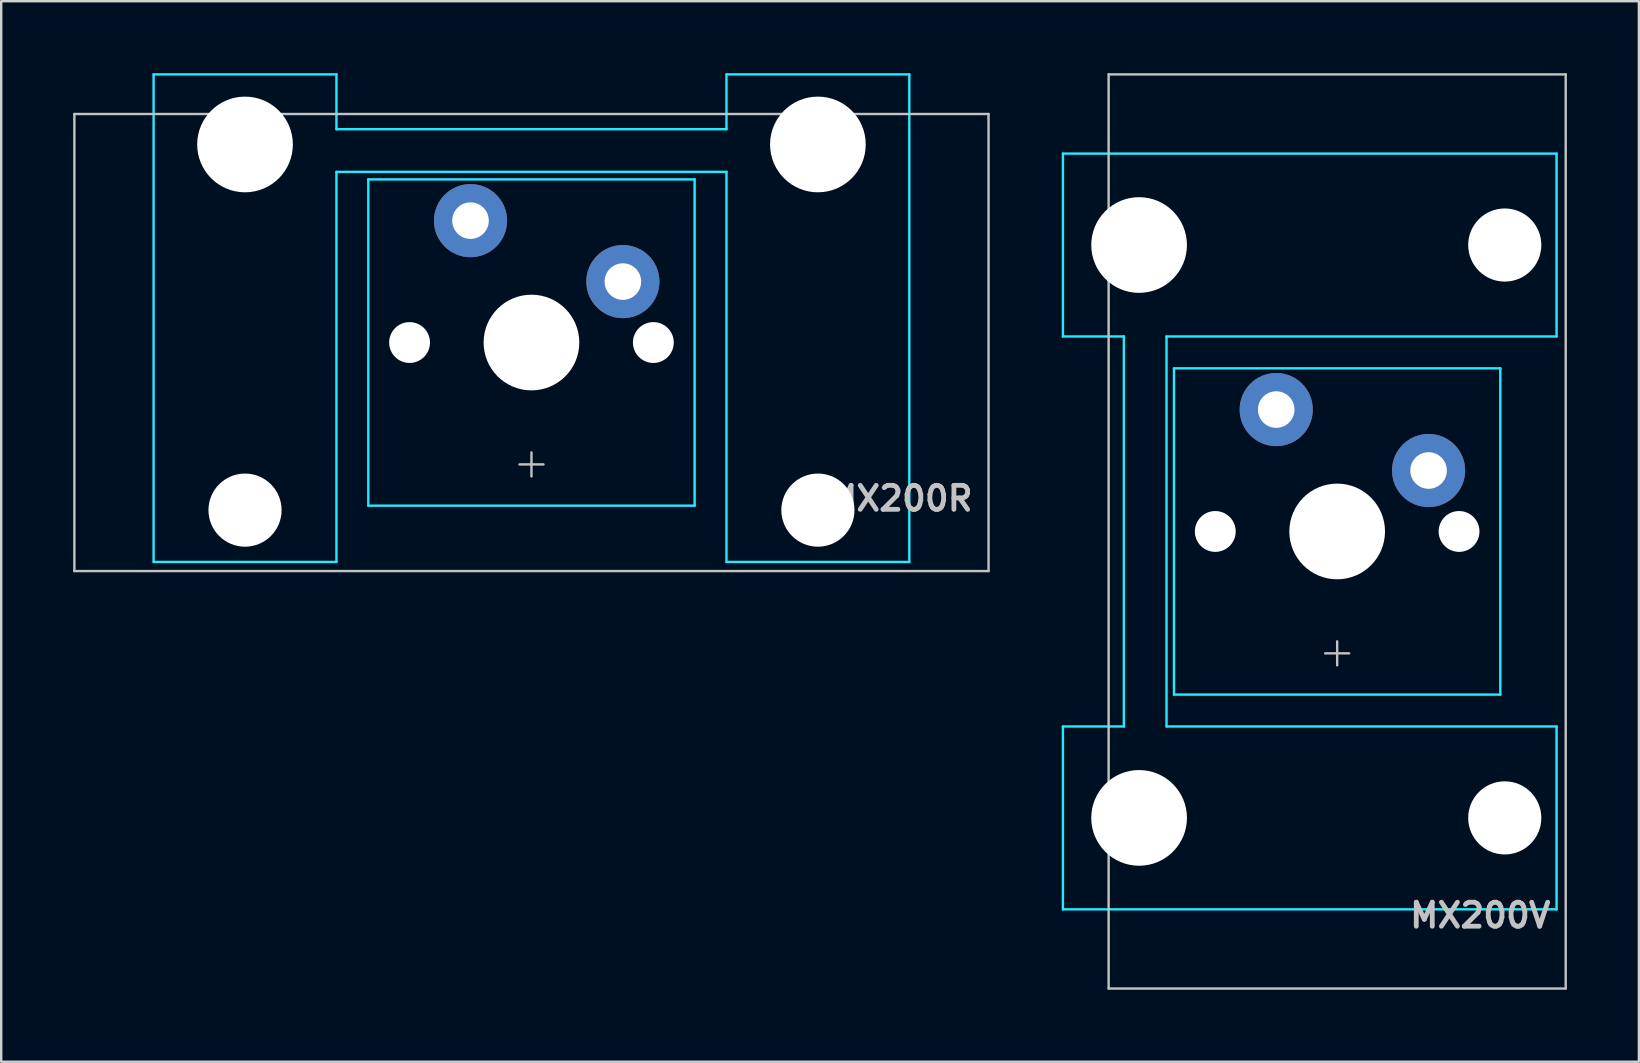
<source format=kicad_pcb>
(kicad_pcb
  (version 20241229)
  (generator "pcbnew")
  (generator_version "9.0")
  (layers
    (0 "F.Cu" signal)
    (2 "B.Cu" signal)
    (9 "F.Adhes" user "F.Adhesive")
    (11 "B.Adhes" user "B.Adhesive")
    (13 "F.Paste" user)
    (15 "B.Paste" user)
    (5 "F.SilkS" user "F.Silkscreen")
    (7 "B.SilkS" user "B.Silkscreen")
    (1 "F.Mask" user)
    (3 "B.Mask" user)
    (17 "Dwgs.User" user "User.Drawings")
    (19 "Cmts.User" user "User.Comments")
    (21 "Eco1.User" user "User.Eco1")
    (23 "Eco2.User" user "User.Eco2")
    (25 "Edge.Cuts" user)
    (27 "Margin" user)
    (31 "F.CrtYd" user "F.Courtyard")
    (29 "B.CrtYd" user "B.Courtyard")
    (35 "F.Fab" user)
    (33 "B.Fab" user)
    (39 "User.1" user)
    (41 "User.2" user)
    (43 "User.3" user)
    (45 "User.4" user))
  (footprint "MX200R"
    (layer "F.Cu")
    (at 19.1 11.226)
    (property "Reference" "MX200R" (at 18.5 6.5 0) (layer "Dwgs.User") (effects (font (size 1 1) (thickness 0.2)) (justify right)))
    (attr through_hole)
    (fp_line (start -19.05 -9.525) (end -19.05 9.525) (stroke (width 0.1) (type solid)) (layer "Dwgs.User"))
    (fp_line (start -19.05 -9.525) (end 19.05 -9.525) (stroke (width 0.1) (type solid)) (layer "Dwgs.User"))
    (fp_line (start -19.05 9.525) (end 19.05 9.525) (stroke (width 0.1) (type solid)) (layer "Dwgs.User"))
    (fp_line (start -0.5 5.08) (end 0.5 5.08) (stroke (width 0.1) (type solid)) (layer "Dwgs.User"))
    (fp_line (start 0 4.58) (end 0 5.58) (stroke (width 0.1) (type solid)) (layer "Dwgs.User"))
    (fp_line (start 19.05 -9.525) (end 19.05 9.525) (stroke (width 0.1) (type solid)) (layer "Dwgs.User"))
    (fp_line (start -15.438 -8.515) (end -15.438 5.485) (stroke (width 0.1) (type solid)) (layer "Eco1.User"))
    (fp_line (start -14.938 -9.015) (end -8.938 -9.015) (stroke (width 0.1) (type solid)) (layer "Eco1.User"))
    (fp_line (start -8.938 5.985) (end -14.938 5.985) (stroke (width 0.1) (type solid)) (layer "Eco1.User"))
    (fp_line (start -8.438 5.485) (end -8.438 -8.515) (stroke (width 0.1) (type solid)) (layer "Eco1.User"))
    (fp_line (start -7 -6.5) (end -7 6.5) (stroke (width 0.1) (type solid)) (layer "Eco1.User"))
    (fp_line (start -6.5 7) (end 6.5 7) (stroke (width 0.1) (type solid)) (layer "Eco1.User"))
    (fp_line (start 6.5 -7) (end -6.5 -7) (stroke (width 0.1) (type solid)) (layer "Eco1.User"))
    (fp_line (start 7 6.5) (end 7 -6.5) (stroke (width 0.1) (type solid)) (layer "Eco1.User"))
    (fp_line (start 8.438 -8.515) (end 8.438 5.485) (stroke (width 0.1) (type solid)) (layer "Eco1.User"))
    (fp_line (start 8.938 -9.015) (end 14.938 -9.015) (stroke (width 0.1) (type solid)) (layer "Eco1.User"))
    (fp_line (start 14.938 5.985) (end 8.938 5.985) (stroke (width 0.1) (type solid)) (layer "Eco1.User"))
    (fp_line (start 15.438 5.485) (end 15.438 -8.515) (stroke (width 0.1) (type solid)) (layer "Eco1.User"))
    (fp_arc (start -15.438 -8.515) (mid -15.291553 -8.868553) (end -14.938 -9.015) (stroke (width 0.1) (type solid)) (layer "Eco1.User"))
    (fp_arc (start -14.938 5.985) (mid -15.291553 5.838553) (end -15.438 5.485) (stroke (width 0.1) (type solid)) (layer "Eco1.User"))
    (fp_arc (start -8.938 -9.015) (mid -8.584447 -8.868553) (end -8.438 -8.515) (stroke (width 0.1) (type solid)) (layer "Eco1.User"))
    (fp_arc (start -8.438 5.485) (mid -8.584447 5.838553) (end -8.938 5.985) (stroke (width 0.1) (type solid)) (layer "Eco1.User"))
    (fp_arc (start -7 -6.5) (mid -6.853553 -6.853553) (end -6.5 -7) (stroke (width 0.1) (type solid)) (layer "Eco1.User"))
    (fp_arc (start -6.5 7) (mid -6.853553 6.853553) (end -7 6.5) (stroke (width 0.1) (type solid)) (layer "Eco1.User"))
    (fp_arc (start 6.5 -7) (mid 6.853553 -6.853553) (end 7 -6.5) (stroke (width 0.1) (type solid)) (layer "Eco1.User"))
    (fp_arc (start 7 6.5) (mid 6.853553 6.853553) (end 6.5 7) (stroke (width 0.1) (type solid)) (layer "Eco1.User"))
    (fp_arc (start 8.438 -8.515) (mid 8.584447 -8.868553) (end 8.938 -9.015) (stroke (width 0.1) (type solid)) (layer "Eco1.User"))
    (fp_arc (start 8.938 5.985) (mid 8.584447 5.838553) (end 8.438 5.485) (stroke (width 0.1) (type solid)) (layer "Eco1.User"))
    (fp_arc (start 14.938 -9.015) (mid 15.291553 -8.868553) (end 15.438 -8.515) (stroke (width 0.1) (type solid)) (layer "Eco1.User"))
    (fp_arc (start 15.438 5.485) (mid 15.291553 5.838553) (end 14.938 5.985) (stroke (width 0.1) (type solid)) (layer "Eco1.User"))
    (fp_line (start -15.748 9.144) (end -15.748 -11.176) (stroke (width 0.1) (type solid)) (layer "B.CrtYd"))
    (fp_line (start -8.128 -11.176) (end -15.748 -11.176) (stroke (width 0.1) (type solid)) (layer "B.CrtYd"))
    (fp_line (start -8.128 -8.89) (end -8.128 -11.176) (stroke (width 0.1) (type solid)) (layer "B.CrtYd"))
    (fp_line (start -8.128 -7.112) (end -8.128 9.144) (stroke (width 0.1) (type solid)) (layer "B.CrtYd"))
    (fp_line (start -8.128 9.144) (end -15.748 9.144) (stroke (width 0.1) (type solid)) (layer "B.CrtYd"))
    (fp_line (start -6.8 -6.8) (end -6.8 6.8) (stroke (width 0.1) (type solid)) (layer "B.CrtYd"))
    (fp_line (start 6.8 -6.8) (end -6.8 -6.8) (stroke (width 0.1) (type solid)) (layer "B.CrtYd"))
    (fp_line (start 6.8 -6.8) (end 6.8 6.8) (stroke (width 0.1) (type solid)) (layer "B.CrtYd"))
    (fp_line (start 6.8 6.8) (end -6.8 6.8) (stroke (width 0.1) (type solid)) (layer "B.CrtYd"))
    (fp_line (start 8.128 -8.89) (end -8.128 -8.89) (stroke (width 0.1) (type solid)) (layer "B.CrtYd"))
    (fp_line (start 8.128 -8.89) (end 8.128 -11.176) (stroke (width 0.1) (type solid)) (layer "B.CrtYd"))
    (fp_line (start 8.128 -7.112) (end -8.128 -7.112) (stroke (width 0.1) (type solid)) (layer "B.CrtYd"))
    (fp_line (start 8.128 -7.112) (end 8.128 9.144) (stroke (width 0.1) (type solid)) (layer "B.CrtYd"))
    (fp_line (start 15.748 -11.176) (end 8.128 -11.176) (stroke (width 0.1) (type solid)) (layer "B.CrtYd"))
    (fp_line (start 15.748 9.144) (end 8.128 9.144) (stroke (width 0.1) (type solid)) (layer "B.CrtYd"))
    (fp_line (start 15.748 9.144) (end 15.748 -11.176) (stroke (width 0.1) (type solid)) (layer "B.CrtYd"))
    (pad "" np_thru_hole circle (at -11.938 -8.255) (size 3.988 3.988) (drill 3.988) (layers "*.Cu" "*.Mask"))
    (pad "" np_thru_hole circle (at -11.938 6.985) (size 3.048 3.048) (drill 3.048) (layers "*.Cu" "*.Mask"))
    (pad "" smd circle (at -11.938 6.985) (size 3.988 3.988) (layers "F.Mask"))
    (pad "" np_thru_hole circle (at -5.08 0) (size 1.702 1.702) (drill 1.702) (layers "*.Cu" "*.Mask"))
    (pad "" np_thru_hole circle (at 0 0) (size 3.988 3.988) (drill 3.988) (layers "*.Cu" "*.Mask"))
    (pad "" np_thru_hole circle (at 5.08 0) (size 1.702 1.702) (drill 1.702) (layers "*.Cu" "*.Mask"))
    (pad "" np_thru_hole circle (at 11.938 -8.255) (size 3.988 3.988) (drill 3.988) (layers "*.Cu" "*.Mask"))
    (pad "" np_thru_hole circle (at 11.938 6.985) (size 3.048 3.048) (drill 3.048) (layers "*.Cu" "*.Mask"))
    (pad "" smd circle (at 11.938 6.985) (size 3.988 3.988) (layers "F.Mask"))
    (pad "1" thru_hole circle (at -2.54 -5.08) (size 3.048 3.048) (drill 1.524) (layers "*.Cu" "*.Mask"))
    (pad "2" thru_hole circle (at 3.81 -2.54) (size 3.048 3.048) (drill 1.524) (layers "*.Cu" "*.Mask")))
  (footprint "MX200V"
    (layer "F.Cu")
    (at 52.68 19.1)
    (property "Reference" "MX200V" (at 9 16 0) (layer "Dwgs.User") (effects (font (size 1 1) (thickness 0.2)) (justify right)))
    (attr through_hole)
    (fp_line (start -9.525 -19.05) (end -9.525 19.05) (stroke (width 0.1) (type solid)) (layer "Dwgs.User"))
    (fp_line (start -0.5 5.08) (end 0.5 5.08) (stroke (width 0.1) (type solid)) (layer "Dwgs.User"))
    (fp_line (start 0 5.58) (end 0 4.58) (stroke (width 0.1) (type solid)) (layer "Dwgs.User"))
    (fp_line (start 9.525 -19.05) (end -9.525 -19.05) (stroke (width 0.1) (type solid)) (layer "Dwgs.User"))
    (fp_line (start 9.525 -19.05) (end 9.525 19.05) (stroke (width 0.1) (type solid)) (layer "Dwgs.User"))
    (fp_line (start 9.525 19.05) (end -9.525 19.05) (stroke (width 0.1) (type solid)) (layer "Dwgs.User"))
    (fp_line (start -9.015 -8.938) (end -9.015 -14.938) (stroke (width 0.1) (type solid)) (layer "Eco1.User"))
    (fp_line (start -9.015 14.938) (end -9.015 8.938) (stroke (width 0.1) (type solid)) (layer "Eco1.User"))
    (fp_line (start -8.515 -8.438) (end 5.485 -8.438) (stroke (width 0.1) (type solid)) (layer "Eco1.User"))
    (fp_line (start -8.515 15.438) (end 5.485 15.438) (stroke (width 0.1) (type solid)) (layer "Eco1.User"))
    (fp_line (start -7 -6.5) (end -7 6.5) (stroke (width 0.1) (type solid)) (layer "Eco1.User"))
    (fp_line (start -6.5 7) (end 6.5 7) (stroke (width 0.1) (type solid)) (layer "Eco1.User"))
    (fp_line (start 5.485 -15.438) (end -8.515 -15.438) (stroke (width 0.1) (type solid)) (layer "Eco1.User"))
    (fp_line (start 5.485 8.438) (end -8.515 8.438) (stroke (width 0.1) (type solid)) (layer "Eco1.User"))
    (fp_line (start 5.985 -14.938) (end 5.985 -8.938) (stroke (width 0.1) (type solid)) (layer "Eco1.User"))
    (fp_line (start 5.985 8.938) (end 5.985 14.938) (stroke (width 0.1) (type solid)) (layer "Eco1.User"))
    (fp_line (start 6.5 -7) (end -6.5 -7) (stroke (width 0.1) (type solid)) (layer "Eco1.User"))
    (fp_line (start 7 6.5) (end 7 -6.5) (stroke (width 0.1) (type solid)) (layer "Eco1.User"))
    (fp_arc (start -9.015 -14.938) (mid -8.868553 -15.291553) (end -8.515 -15.438) (stroke (width 0.1) (type solid)) (layer "Eco1.User"))
    (fp_arc (start -9.015 8.938) (mid -8.868553 8.584447) (end -8.515 8.438) (stroke (width 0.1) (type solid)) (layer "Eco1.User"))
    (fp_arc (start -8.515 -8.438) (mid -8.868553 -8.584447) (end -9.015 -8.938) (stroke (width 0.1) (type solid)) (layer "Eco1.User"))
    (fp_arc (start -8.515 15.438) (mid -8.868553 15.291553) (end -9.015 14.938) (stroke (width 0.1) (type solid)) (layer "Eco1.User"))
    (fp_arc (start -7 -6.5) (mid -6.853553 -6.853553) (end -6.5 -7) (stroke (width 0.1) (type solid)) (layer "Eco1.User"))
    (fp_arc (start -6.5 7) (mid -6.853553 6.853553) (end -7 6.5) (stroke (width 0.1) (type solid)) (layer "Eco1.User"))
    (fp_arc (start 5.485 -15.438) (mid 5.838553 -15.291553) (end 5.985 -14.938) (stroke (width 0.1) (type solid)) (layer "Eco1.User"))
    (fp_arc (start 5.485 8.438) (mid 5.838553 8.584447) (end 5.985 8.938) (stroke (width 0.1) (type solid)) (layer "Eco1.User"))
    (fp_arc (start 5.985 -8.938) (mid 5.838553 -8.584447) (end 5.485 -8.438) (stroke (width 0.1) (type solid)) (layer "Eco1.User"))
    (fp_arc (start 5.985 14.938) (mid 5.838553 15.291553) (end 5.485 15.438) (stroke (width 0.1) (type solid)) (layer "Eco1.User"))
    (fp_arc (start 6.5 -7) (mid 6.853553 -6.853553) (end 7 -6.5) (stroke (width 0.1) (type solid)) (layer "Eco1.User"))
    (fp_arc (start 7 6.5) (mid 6.853553 6.853553) (end 6.5 7) (stroke (width 0.1) (type solid)) (layer "Eco1.User"))
    (fp_line (start -11.43 -15.748) (end 9.144 -15.748) (stroke (width 0.1) (type solid)) (layer "B.CrtYd"))
    (fp_line (start -11.43 -8.128) (end -11.43 -15.748) (stroke (width 0.1) (type solid)) (layer "B.CrtYd"))
    (fp_line (start -11.43 -8.128) (end -8.89 -8.128) (stroke (width 0.1) (type solid)) (layer "B.CrtYd"))
    (fp_line (start -11.43 8.128) (end -8.89 8.128) (stroke (width 0.1) (type solid)) (layer "B.CrtYd"))
    (fp_line (start -11.43 15.748) (end -11.43 8.128) (stroke (width 0.1) (type solid)) (layer "B.CrtYd"))
    (fp_line (start -8.89 -8.128) (end -8.89 8.128) (stroke (width 0.1) (type solid)) (layer "B.CrtYd"))
    (fp_line (start -7.112 -8.128) (end -7.112 8.128) (stroke (width 0.1) (type solid)) (layer "B.CrtYd"))
    (fp_line (start -6.8 6.8) (end -6.8 -6.8) (stroke (width 0.1) (type solid)) (layer "B.CrtYd"))
    (fp_line (start 6.8 -6.8) (end -6.8 -6.8) (stroke (width 0.1) (type solid)) (layer "B.CrtYd"))
    (fp_line (start 6.8 6.8) (end -6.8 6.8) (stroke (width 0.1) (type solid)) (layer "B.CrtYd"))
    (fp_line (start 6.8 6.8) (end 6.8 -6.8) (stroke (width 0.1) (type solid)) (layer "B.CrtYd"))
    (fp_line (start 9.144 -15.748) (end 9.144 -8.128) (stroke (width 0.1) (type solid)) (layer "B.CrtYd"))
    (fp_line (start 9.144 -8.128) (end -7.112 -8.128) (stroke (width 0.1) (type solid)) (layer "B.CrtYd"))
    (fp_line (start 9.144 8.128) (end -7.112 8.128) (stroke (width 0.1) (type solid)) (layer "B.CrtYd"))
    (fp_line (start 9.144 8.128) (end 9.144 15.748) (stroke (width 0.1) (type solid)) (layer "B.CrtYd"))
    (fp_line (start 9.144 15.748) (end -11.43 15.748) (stroke (width 0.1) (type solid)) (layer "B.CrtYd"))
    (pad "" np_thru_hole circle (at -8.255 -11.938 270) (size 3.988 3.988) (drill 3.988) (layers "*.Cu" "*.Mask"))
    (pad "" np_thru_hole circle (at -8.255 11.938 270) (size 3.988 3.988) (drill 3.988) (layers "*.Cu" "*.Mask"))
    (pad "" np_thru_hole circle (at -5.08 0) (size 1.702 1.702) (drill 1.702) (layers "*.Cu" "*.Mask"))
    (pad "" np_thru_hole circle (at 0 0) (size 3.988 3.988) (drill 3.988) (layers "*.Cu" "*.Mask"))
    (pad "" np_thru_hole circle (at 5.08 0) (size 1.702 1.702) (drill 1.702) (layers "*.Cu" "*.Mask"))
    (pad "" np_thru_hole circle (at 6.985 -11.938 270) (size 3.048 3.048) (drill 3.048) (layers "*.Cu" "*.Mask"))
    (pad "" smd circle (at 6.985 -11.938) (size 3.988 3.988) (layers "F.Mask"))
    (pad "" np_thru_hole circle (at 6.985 11.938 270) (size 3.048 3.048) (drill 3.048) (layers "*.Cu" "*.Mask"))
    (pad "" smd circle (at 6.985 11.938) (size 3.988 3.988) (layers "F.Mask"))
    (pad "1" thru_hole circle (at -2.54 -5.08) (size 3.048 3.048) (drill 1.524) (layers "*.Cu" "*.Mask"))
    (pad "2" thru_hole circle (at 3.81 -2.54) (size 3.048 3.048) (drill 1.524) (layers "*.Cu" "*.Mask")))
  (gr_rect
    (start -3 -3)
    (end 65.255 41.2)
    (stroke (width 0.1) (type default))
    (fill no)
    (layer "Edge.Cuts")))
</source>
